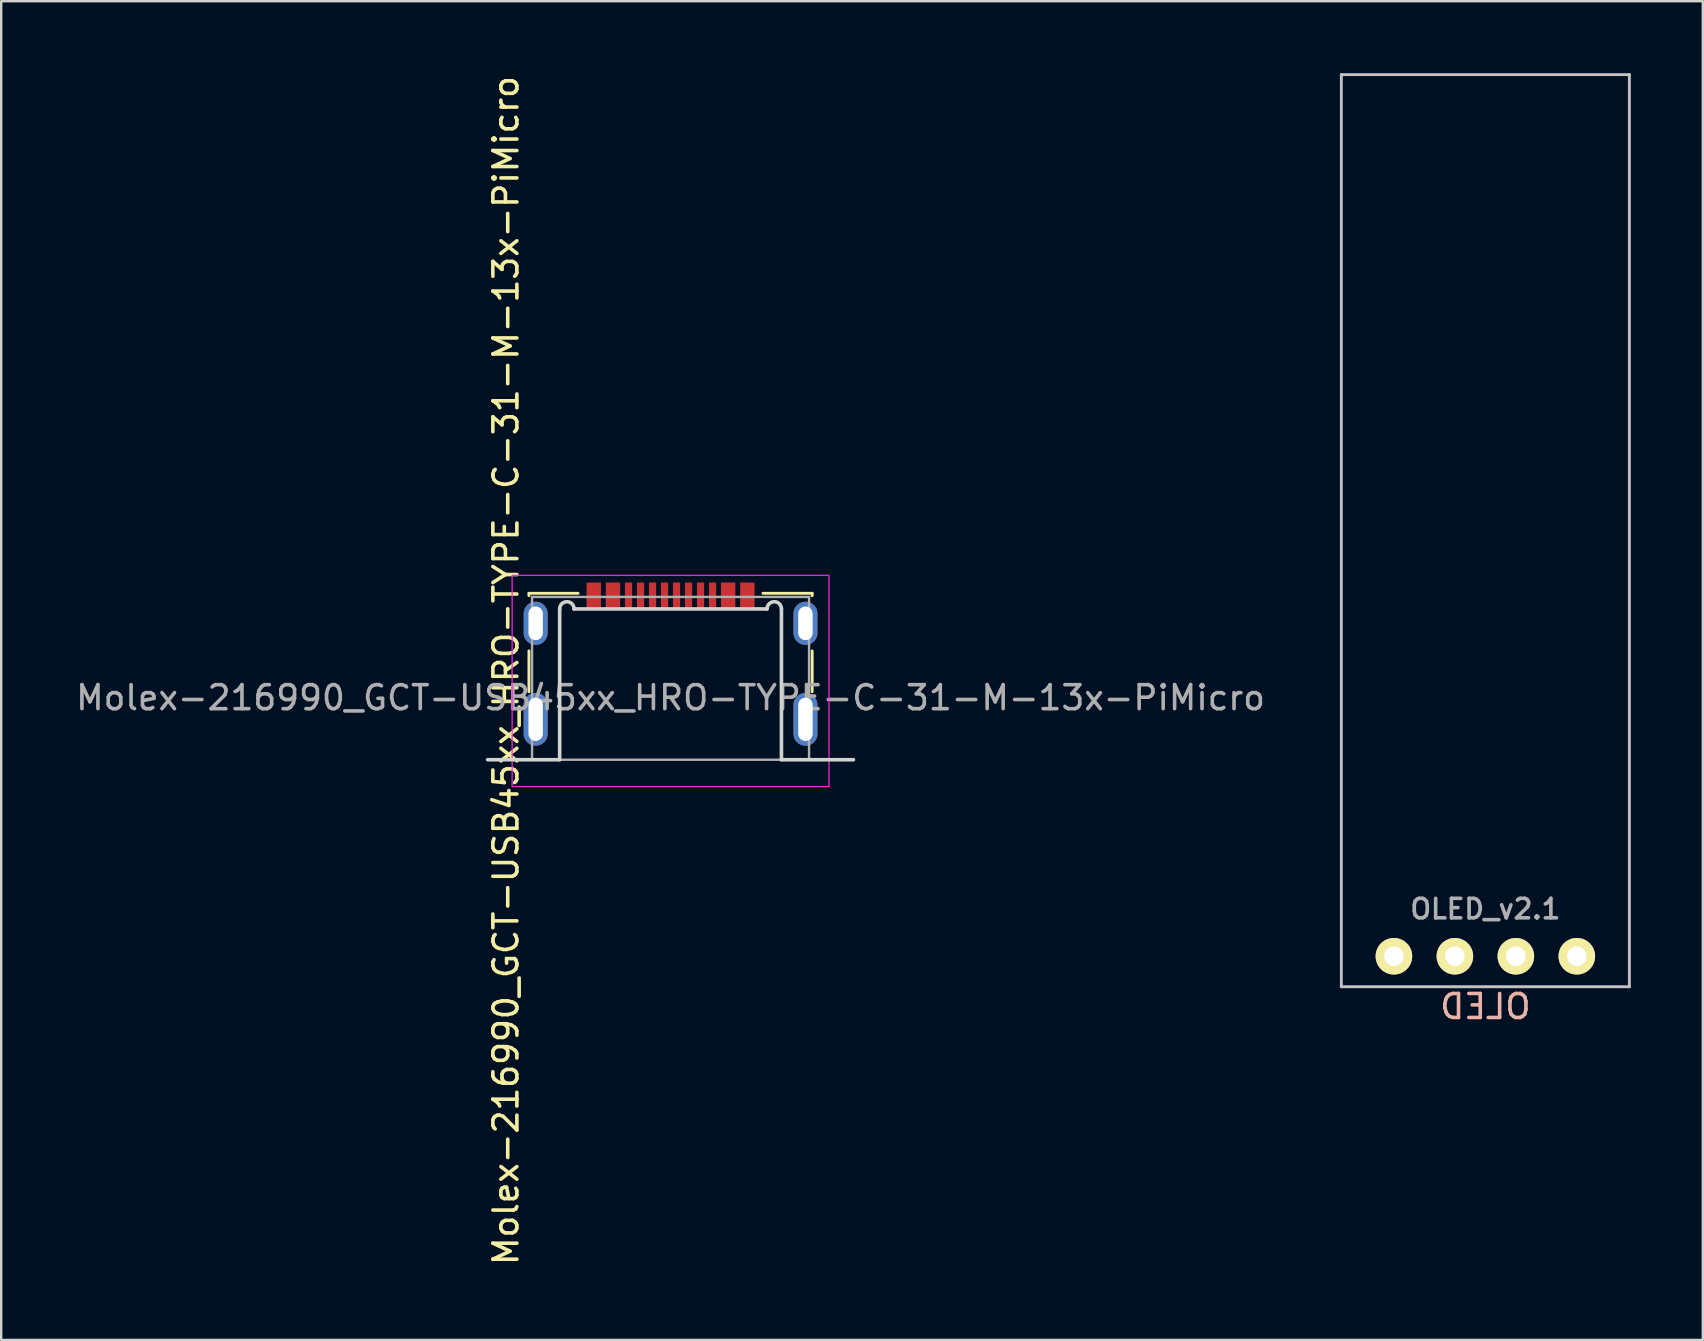
<source format=kicad_pcb>
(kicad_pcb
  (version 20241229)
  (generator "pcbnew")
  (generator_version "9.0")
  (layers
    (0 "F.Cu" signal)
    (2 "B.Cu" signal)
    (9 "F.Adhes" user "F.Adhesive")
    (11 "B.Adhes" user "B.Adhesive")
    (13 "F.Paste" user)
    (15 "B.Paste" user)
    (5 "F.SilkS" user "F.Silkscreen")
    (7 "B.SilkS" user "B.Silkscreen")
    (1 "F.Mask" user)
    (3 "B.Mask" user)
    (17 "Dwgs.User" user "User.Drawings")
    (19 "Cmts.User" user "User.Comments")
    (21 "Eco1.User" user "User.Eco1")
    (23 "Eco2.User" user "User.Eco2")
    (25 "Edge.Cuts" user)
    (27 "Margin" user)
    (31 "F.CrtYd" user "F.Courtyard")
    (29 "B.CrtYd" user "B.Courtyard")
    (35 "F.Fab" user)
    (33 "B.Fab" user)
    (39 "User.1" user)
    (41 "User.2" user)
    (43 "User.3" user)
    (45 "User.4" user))
  (footprint "Molex-216990_GCT-USB45xx_HRO-TYPE-C-31-M-13x-PiMicro"
    (layer "F.Cu")
    (at 24.887 28.102)
    (property "Reference" "Molex-216990_GCT-USB45xx_HRO-TYPE-C-31-M-13x-PiMicro" (at -6.858 -3.215 90) (unlocked yes) (layer "F.SilkS") (effects (font (size 1 1) (thickness 0.15))))
    (attr smd)
    (fp_line (start -5.9 -6.433) (end -5.9 -6.333) (stroke (width 0.12) (type solid)) (layer "F.SilkS"))
    (fp_line (start -5.9 -4.033) (end -5.9 -2.333) (stroke (width 0.12) (type solid)) (layer "F.SilkS"))
    (fp_line (start -3.85 -6.433) (end -5.9 -6.433) (stroke (width 0.12) (type solid)) (layer "F.SilkS"))
    (fp_line (start 5.9 -6.433) (end 3.85 -6.433) (stroke (width 0.12) (type solid)) (layer "F.SilkS"))
    (fp_line (start 5.9 -6.433) (end 5.9 -6.333) (stroke (width 0.12) (type solid)) (layer "F.SilkS"))
    (fp_line (start 5.9 -4.033) (end 5.9 -2.333) (stroke (width 0.12) (type solid)) (layer "F.SilkS"))
    (fp_line (start -7.62 0.5) (end -4.62 0.5) (stroke (width 0.15) (type solid)) (layer "Edge.Cuts"))
    (fp_line (start -4.62 0.5) (end -4.62 -5.783) (stroke (width 0.15) (type solid)) (layer "Edge.Cuts"))
    (fp_line (start -4.02 -5.783) (end 4.02 -5.783) (stroke (width 0.15) (type solid)) (layer "Edge.Cuts"))
    (fp_line (start 4.62 -5.783) (end 4.62 0.5) (stroke (width 0.15) (type solid)) (layer "Edge.Cuts"))
    (fp_line (start 4.62 0.5) (end 7.62 0.5) (stroke (width 0.15) (type solid)) (layer "Edge.Cuts"))
    (fp_arc (start -4.62 -5.783) (mid -4.32 -6.083) (end -4.02 -5.783) (stroke (width 0.15) (type solid)) (layer "Edge.Cuts"))
    (fp_arc (start 4.02 -5.783) (mid 4.32 -6.083) (end 4.62 -5.783) (stroke (width 0.15) (type solid)) (layer "Edge.Cuts"))
    (fp_rect (start -6.6 -7.183) (end 6.6 1.617) (stroke (width 0.05) (type solid)) (fill no) (layer "F.CrtYd"))
    (fp_line (start -5.77 -6.283) (end -5.77 0.5) (stroke (width 0.1) (type solid)) (layer "F.Fab"))
    (fp_line (start -5.77 0.5) (end 5.77 0.5) (stroke (width 0.1) (type solid)) (layer "F.Fab"))
    (fp_line (start 5.77 -6.283) (end -5.77 -6.283) (stroke (width 0.1) (type solid)) (layer "F.Fab"))
    (fp_line (start 5.77 0.5) (end 5.77 -6.283) (stroke (width 0.1) (type solid)) (layer "F.Fab"))
    (fp_text user "${REFERENCE}" (at 0 -2.083 0) (unlocked yes) (layer "F.Fab") (effects (font (size 1 1) (thickness 0.15))))
    (pad "1" smd rect (at -3.2 -6.343) (size 0.6 1.08) (layers "F.Cu" "F.Mask" "F.Paste"))
    (pad "2" smd rect (at -2.4 -6.343) (size 0.6 1.08) (layers "F.Cu" "F.Mask" "F.Paste"))
    (pad "3" smd rect (at -1.75 -6.343) (size 0.3 1.08) (layers "F.Cu" "F.Mask" "F.Paste"))
    (pad "4" smd rect (at -1.25 -6.343) (size 0.3 1.08) (layers "F.Cu" "F.Mask" "F.Paste"))
    (pad "5" smd rect (at -0.75 -6.343) (size 0.3 1.08) (layers "F.Cu" "F.Mask" "F.Paste"))
    (pad "6" smd rect (at -0.25 -6.343) (size 0.3 1.08) (layers "F.Cu" "F.Mask" "F.Paste"))
    (pad "7" smd rect (at 0.25 -6.343) (size 0.3 1.08) (layers "F.Cu" "F.Mask" "F.Paste"))
    (pad "8" smd rect (at 0.75 -6.343) (size 0.3 1.08) (layers "F.Cu" "F.Mask" "F.Paste"))
    (pad "9" smd rect (at 1.25 -6.343) (size 0.3 1.08) (layers "F.Cu" "F.Mask" "F.Paste"))
    (pad "10" smd rect (at 1.75 -6.343) (size 0.3 1.08) (layers "F.Cu" "F.Mask" "F.Paste"))
    (pad "11" smd rect (at 2.4 -6.343) (size 0.6 1.08) (layers "F.Cu" "F.Mask" "F.Paste"))
    (pad "12" smd rect (at 3.2 -6.343) (size 0.6 1.08) (layers "F.Cu" "F.Mask" "F.Paste"))
    (pad "13" thru_hole oval (at -5.62 -5.183) (size 1 1.8) (drill oval 0.6 1.4) (layers "*.Cu" "*.Mask"))
    (pad "13" thru_hole oval (at -5.62 -1.183) (size 1 2.2) (drill oval 0.6 1.8) (layers "*.Cu" "*.Mask"))
    (pad "13" thru_hole oval (at 5.62 -5.183) (size 1 1.8) (drill oval 0.6 1.4) (layers "*.Cu" "*.Mask"))
    (pad "13" thru_hole oval (at 5.62 -1.183) (size 1 2.2) (drill oval 0.6 1.8) (layers "*.Cu" "*.Mask")))
  (footprint "OLED_v2.1"
    (layer "F.Cu")
    (at 58.834 36.79)
    (property "Reference" "OLED_v2.1" (at 0 -1.969 180) (layer "F.Fab") (effects (font (size 0.813 0.813) (thickness 0.15))))
    (attr through_hole)
    (fp_line (start -6 -36.73) (end 6 -36.73) (stroke (width 0.12) (type solid)) (layer "Dwgs.User"))
    (fp_line (start -6 1.27) (end -6 -36.73) (stroke (width 0.12) (type solid)) (layer "Dwgs.User"))
    (fp_line (start -6 1.27) (end 6 1.27) (stroke (width 0.12) (type solid)) (layer "Dwgs.User"))
    (fp_line (start 6 -36.73) (end 6 1.27) (stroke (width 0.12) (type solid)) (layer "Dwgs.User"))
    (fp_text user "OLED" (at 0 2.095 180) (layer "B.SilkS") (effects (font (size 1 1) (thickness 0.15)) (justify mirror)))
    (pad "1" thru_hole circle (at -3.81 0) (size 1.524 1.524) (drill 0.813) (layers "*.Cu" "B.Mask" "F.SilkS"))
    (pad "2" thru_hole circle (at -1.27 0) (size 1.524 1.524) (drill 0.813) (layers "*.Cu" "B.Mask" "F.SilkS"))
    (pad "3" thru_hole circle (at 1.27 0) (size 1.524 1.524) (drill 0.813) (layers "*.Cu" "B.Mask" "F.SilkS"))
    (pad "4" thru_hole circle (at 3.81 0) (size 1.524 1.524) (drill 0.813) (layers "*.Cu" "B.Mask" "F.SilkS")))
  (gr_rect
    (start -3 -3)
    (end 67.894 52.774)
    (stroke (width 0.1) (type default))
    (fill no)
    (layer "Edge.Cuts")))
</source>
